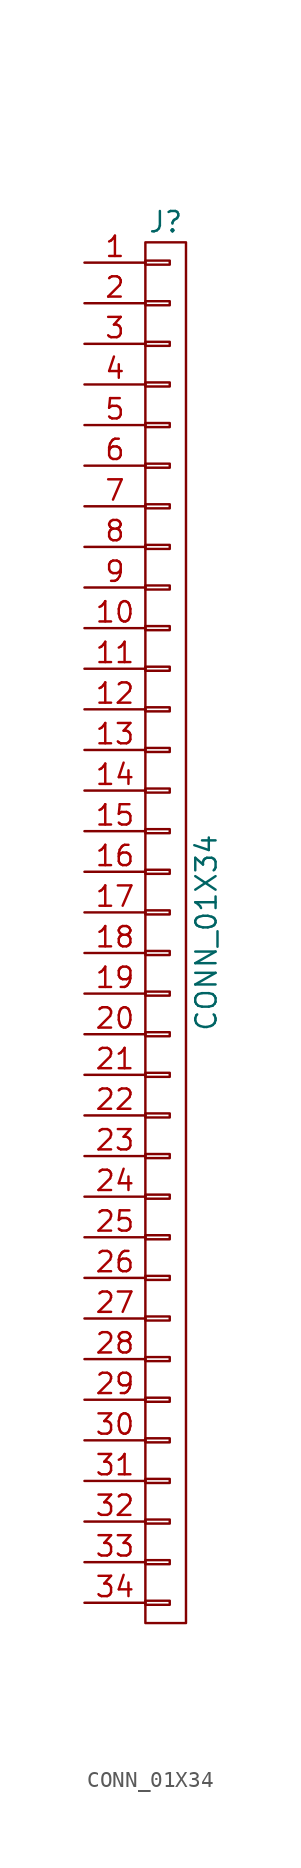
<source format=kicad_sym>
(kicad_symbol_lib
  (version 20211014)
  (generator kicad_symbol_editor)
  (symbol "CONN_01X34"
    (pin_names
      (offset 1.016) hide)
    (property "Reference" "J"
      (at 0 44.45 0)
      (effects (font (size 1.27 1.27))))
    (property "Value" "CONN_01X34"
      (at 2.54 0 90)
      (effects (font (size 1.27 1.27))))
    (symbol "CONN_01X34_0_1"
      (rectangle (start -1.27 -43.18) (end 1.27 43.18) (stroke (width 0) (type default) (color 0 0 0 0)) (fill (type none)))
      (rectangle (start -1.27 -41.783) (end 0.254 -42.037) (stroke (width 0) (type default) (color 0 0 0 0)) (fill (type none)))
      (rectangle (start -1.27 -39.243) (end 0.254 -39.497) (stroke (width 0) (type default) (color 0 0 0 0)) (fill (type none)))
      (rectangle (start -1.27 -36.703) (end 0.254 -36.957) (stroke (width 0) (type default) (color 0 0 0 0)) (fill (type none)))
      (rectangle (start -1.27 -34.163) (end 0.254 -34.417) (stroke (width 0) (type default) (color 0 0 0 0)) (fill (type none)))
      (rectangle (start -1.27 -31.623) (end 0.254 -31.877) (stroke (width 0) (type default) (color 0 0 0 0)) (fill (type none)))
      (rectangle (start -1.27 -29.083) (end 0.254 -29.337) (stroke (width 0) (type default) (color 0 0 0 0)) (fill (type none)))
      (rectangle (start -1.27 -26.543) (end 0.254 -26.797) (stroke (width 0) (type default) (color 0 0 0 0)) (fill (type none)))
      (rectangle (start -1.27 -24.003) (end 0.254 -24.257) (stroke (width 0) (type default) (color 0 0 0 0)) (fill (type none)))
      (rectangle (start -1.27 -21.463) (end 0.254 -21.717) (stroke (width 0) (type default) (color 0 0 0 0)) (fill (type none)))
      (rectangle (start -1.27 -18.923) (end 0.254 -19.177) (stroke (width 0) (type default) (color 0 0 0 0)) (fill (type none)))
      (rectangle (start -1.27 -16.383) (end 0.254 -16.637) (stroke (width 0) (type default) (color 0 0 0 0)) (fill (type none)))
      (rectangle (start -1.27 -13.843) (end 0.254 -14.097) (stroke (width 0) (type default) (color 0 0 0 0)) (fill (type none)))
      (rectangle (start -1.27 -11.303) (end 0.254 -11.557) (stroke (width 0) (type default) (color 0 0 0 0)) (fill (type none)))
      (rectangle (start -1.27 -8.763) (end 0.254 -9.017) (stroke (width 0) (type default) (color 0 0 0 0)) (fill (type none)))
      (rectangle (start -1.27 -6.223) (end 0.254 -6.477) (stroke (width 0) (type default) (color 0 0 0 0)) (fill (type none)))
      (rectangle (start -1.27 -3.683) (end 0.254 -3.937) (stroke (width 0) (type default) (color 0 0 0 0)) (fill (type none)))
      (rectangle (start -1.27 -1.143) (end 0.254 -1.397) (stroke (width 0) (type default) (color 0 0 0 0)) (fill (type none)))
      (rectangle (start -1.27 1.397) (end 0.254 1.143) (stroke (width 0) (type default) (color 0 0 0 0)) (fill (type none)))
      (rectangle (start -1.27 3.937) (end 0.254 3.683) (stroke (width 0) (type default) (color 0 0 0 0)) (fill (type none)))
      (rectangle (start -1.27 6.477) (end 0.254 6.223) (stroke (width 0) (type default) (color 0 0 0 0)) (fill (type none)))
      (rectangle (start -1.27 9.017) (end 0.254 8.763) (stroke (width 0) (type default) (color 0 0 0 0)) (fill (type none)))
      (rectangle (start -1.27 11.557) (end 0.254 11.303) (stroke (width 0) (type default) (color 0 0 0 0)) (fill (type none)))
      (rectangle (start -1.27 14.097) (end 0.254 13.843) (stroke (width 0) (type default) (color 0 0 0 0)) (fill (type none)))
      (rectangle (start -1.27 16.637) (end 0.254 16.383) (stroke (width 0) (type default) (color 0 0 0 0)) (fill (type none)))
      (rectangle (start -1.27 19.177) (end 0.254 18.923) (stroke (width 0) (type default) (color 0 0 0 0)) (fill (type none)))
      (rectangle (start -1.27 21.717) (end 0.254 21.463) (stroke (width 0) (type default) (color 0 0 0 0)) (fill (type none)))
      (rectangle (start -1.27 24.257) (end 0.254 24.003) (stroke (width 0) (type default) (color 0 0 0 0)) (fill (type none)))
      (rectangle (start -1.27 26.797) (end 0.254 26.543) (stroke (width 0) (type default) (color 0 0 0 0)) (fill (type none)))
      (rectangle (start -1.27 29.337) (end 0.254 29.083) (stroke (width 0) (type default) (color 0 0 0 0)) (fill (type none)))
      (rectangle (start -1.27 31.877) (end 0.254 31.623) (stroke (width 0) (type default) (color 0 0 0 0)) (fill (type none)))
      (rectangle (start -1.27 34.417) (end 0.254 34.163) (stroke (width 0) (type default) (color 0 0 0 0)) (fill (type none)))
      (rectangle (start -1.27 36.957) (end 0.254 36.703) (stroke (width 0) (type default) (color 0 0 0 0)) (fill (type none)))
      (rectangle (start -1.27 39.497) (end 0.254 39.243) (stroke (width 0) (type default) (color 0 0 0 0)) (fill (type none)))
      (rectangle (start -1.27 42.037) (end 0.254 41.783) (stroke (width 0) (type default) (color 0 0 0 0)) (fill (type none))))
    (symbol "CONN_01X34_1_1"
      (pin passive line (at -5.08 41.91 0) (length 3.81) (name "P1" (effects (font (size 1.27 1.27)))) (number "1" (effects (font (size 1.27 1.27)))))
      (pin passive line (at -5.08 19.05 0) (length 3.81) (name "P10" (effects (font (size 1.27 1.27)))) (number "10" (effects (font (size 1.27 1.27)))))
      (pin passive line (at -5.08 16.51 0) (length 3.81) (name "P11" (effects (font (size 1.27 1.27)))) (number "11" (effects (font (size 1.27 1.27)))))
      (pin passive line (at -5.08 13.97 0) (length 3.81) (name "P12" (effects (font (size 1.27 1.27)))) (number "12" (effects (font (size 1.27 1.27)))))
      (pin passive line (at -5.08 11.43 0) (length 3.81) (name "P13" (effects (font (size 1.27 1.27)))) (number "13" (effects (font (size 1.27 1.27)))))
      (pin passive line (at -5.08 8.89 0) (length 3.81) (name "P14" (effects (font (size 1.27 1.27)))) (number "14" (effects (font (size 1.27 1.27)))))
      (pin passive line (at -5.08 6.35 0) (length 3.81) (name "P15" (effects (font (size 1.27 1.27)))) (number "15" (effects (font (size 1.27 1.27)))))
      (pin passive line (at -5.08 3.81 0) (length 3.81) (name "P16" (effects (font (size 1.27 1.27)))) (number "16" (effects (font (size 1.27 1.27)))))
      (pin passive line (at -5.08 1.27 0) (length 3.81) (name "P17" (effects (font (size 1.27 1.27)))) (number "17" (effects (font (size 1.27 1.27)))))
      (pin passive line (at -5.08 -1.27 0) (length 3.81) (name "P18" (effects (font (size 1.27 1.27)))) (number "18" (effects (font (size 1.27 1.27)))))
      (pin passive line (at -5.08 -3.81 0) (length 3.81) (name "P19" (effects (font (size 1.27 1.27)))) (number "19" (effects (font (size 1.27 1.27)))))
      (pin passive line (at -5.08 39.37 0) (length 3.81) (name "P2" (effects (font (size 1.27 1.27)))) (number "2" (effects (font (size 1.27 1.27)))))
      (pin passive line (at -5.08 -6.35 0) (length 3.81) (name "P20" (effects (font (size 1.27 1.27)))) (number "20" (effects (font (size 1.27 1.27)))))
      (pin passive line (at -5.08 -8.89 0) (length 3.81) (name "P21" (effects (font (size 1.27 1.27)))) (number "21" (effects (font (size 1.27 1.27)))))
      (pin passive line (at -5.08 -11.43 0) (length 3.81) (name "P22" (effects (font (size 1.27 1.27)))) (number "22" (effects (font (size 1.27 1.27)))))
      (pin passive line (at -5.08 -13.97 0) (length 3.81) (name "P23" (effects (font (size 1.27 1.27)))) (number "23" (effects (font (size 1.27 1.27)))))
      (pin passive line (at -5.08 -16.51 0) (length 3.81) (name "P24" (effects (font (size 1.27 1.27)))) (number "24" (effects (font (size 1.27 1.27)))))
      (pin passive line (at -5.08 -19.05 0) (length 3.81) (name "P25" (effects (font (size 1.27 1.27)))) (number "25" (effects (font (size 1.27 1.27)))))
      (pin passive line (at -5.08 -21.59 0) (length 3.81) (name "P26" (effects (font (size 1.27 1.27)))) (number "26" (effects (font (size 1.27 1.27)))))
      (pin passive line (at -5.08 -24.13 0) (length 3.81) (name "P27" (effects (font (size 1.27 1.27)))) (number "27" (effects (font (size 1.27 1.27)))))
      (pin passive line (at -5.08 -26.67 0) (length 3.81) (name "P28" (effects (font (size 1.27 1.27)))) (number "28" (effects (font (size 1.27 1.27)))))
      (pin passive line (at -5.08 -29.21 0) (length 3.81) (name "P29" (effects (font (size 1.27 1.27)))) (number "29" (effects (font (size 1.27 1.27)))))
      (pin passive line (at -5.08 36.83 0) (length 3.81) (name "P3" (effects (font (size 1.27 1.27)))) (number "3" (effects (font (size 1.27 1.27)))))
      (pin passive line (at -5.08 -31.75 0) (length 3.81) (name "P30" (effects (font (size 1.27 1.27)))) (number "30" (effects (font (size 1.27 1.27)))))
      (pin passive line (at -5.08 -34.29 0) (length 3.81) (name "P31" (effects (font (size 1.27 1.27)))) (number "31" (effects (font (size 1.27 1.27)))))
      (pin passive line (at -5.08 -36.83 0) (length 3.81) (name "P32" (effects (font (size 1.27 1.27)))) (number "32" (effects (font (size 1.27 1.27)))))
      (pin passive line (at -5.08 -39.37 0) (length 3.81) (name "P33" (effects (font (size 1.27 1.27)))) (number "33" (effects (font (size 1.27 1.27)))))
      (pin passive line (at -5.08 -41.91 0) (length 3.81) (name "P34" (effects (font (size 1.27 1.27)))) (number "34" (effects (font (size 1.27 1.27)))))
      (pin passive line (at -5.08 34.29 0) (length 3.81) (name "P4" (effects (font (size 1.27 1.27)))) (number "4" (effects (font (size 1.27 1.27)))))
      (pin passive line (at -5.08 31.75 0) (length 3.81) (name "P5" (effects (font (size 1.27 1.27)))) (number "5" (effects (font (size 1.27 1.27)))))
      (pin passive line (at -5.08 29.21 0) (length 3.81) (name "P6" (effects (font (size 1.27 1.27)))) (number "6" (effects (font (size 1.27 1.27)))))
      (pin passive line (at -5.08 26.67 0) (length 3.81) (name "P7" (effects (font (size 1.27 1.27)))) (number "7" (effects (font (size 1.27 1.27)))))
      (pin passive line (at -5.08 24.13 0) (length 3.81) (name "P8" (effects (font (size 1.27 1.27)))) (number "8" (effects (font (size 1.27 1.27)))))
      (pin passive line (at -5.08 21.59 0) (length 3.81) (name "P9" (effects (font (size 1.27 1.27)))) (number "9" (effects (font (size 1.27 1.27))))))))
</source>
